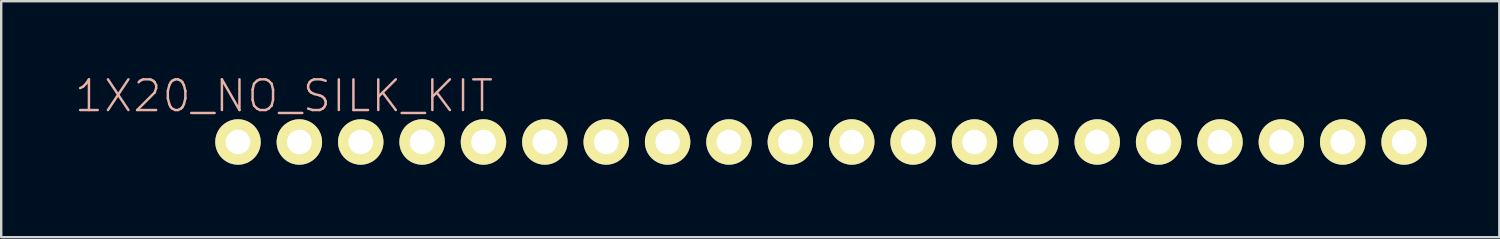
<source format=kicad_pcb>
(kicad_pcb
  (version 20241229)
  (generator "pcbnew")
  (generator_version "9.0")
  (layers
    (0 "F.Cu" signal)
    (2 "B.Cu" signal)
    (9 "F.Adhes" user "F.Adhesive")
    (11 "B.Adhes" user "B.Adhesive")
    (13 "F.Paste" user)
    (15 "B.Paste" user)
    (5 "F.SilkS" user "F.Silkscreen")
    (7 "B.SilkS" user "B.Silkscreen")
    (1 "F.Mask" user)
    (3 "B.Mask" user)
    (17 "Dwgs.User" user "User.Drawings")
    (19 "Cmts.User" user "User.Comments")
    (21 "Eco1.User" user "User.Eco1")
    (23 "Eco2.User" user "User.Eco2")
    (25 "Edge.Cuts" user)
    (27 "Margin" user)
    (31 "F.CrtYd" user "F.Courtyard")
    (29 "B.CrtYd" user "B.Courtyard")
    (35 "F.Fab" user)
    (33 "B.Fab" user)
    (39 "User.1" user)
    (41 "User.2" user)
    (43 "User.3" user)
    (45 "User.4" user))
  (footprint "1X20_NO_SILK_KIT"
    (layer "F.Cu")
    (at 6.799 2.826)
    (property "Reference" "1X20_NO_SILK_KIT" (at 1.905 -1.905 0) (layer "B.SilkS") (effects (font (size 1.27 1.27) (thickness 0.102))))
    (attr exclude_from_pos_files exclude_from_bom)
    (fp_circle (center 0 0) (end -0.47 0.47) (stroke (width 0) (type solid)) (fill yes) (layer "F.SilkS"))
    (fp_circle (center 0 0) (end -0.254 0.254) (stroke (width 0) (type solid)) (fill yes) (layer "F.SilkS"))
    (fp_circle (center 2.54 0) (end 2.794 0.254) (stroke (width 0) (type solid)) (fill yes) (layer "F.SilkS"))
    (fp_circle (center 2.54 0) (end 3.01 0.47) (stroke (width 0) (type solid)) (fill yes) (layer "F.SilkS"))
    (fp_circle (center 5.08 0) (end 5.334 0.254) (stroke (width 0) (type solid)) (fill yes) (layer "F.SilkS"))
    (fp_circle (center 5.08 0) (end 5.55 0.47) (stroke (width 0) (type solid)) (fill yes) (layer "F.SilkS"))
    (fp_circle (center 7.62 0) (end 7.874 0.254) (stroke (width 0) (type solid)) (fill yes) (layer "F.SilkS"))
    (fp_circle (center 7.62 0) (end 8.09 0.47) (stroke (width 0) (type solid)) (fill yes) (layer "F.SilkS"))
    (fp_circle (center 10.16 0) (end 10.414 0.254) (stroke (width 0) (type solid)) (fill yes) (layer "F.SilkS"))
    (fp_circle (center 10.16 0) (end 10.63 0.47) (stroke (width 0) (type solid)) (fill yes) (layer "F.SilkS"))
    (fp_circle (center 12.7 0) (end 12.954 0.254) (stroke (width 0) (type solid)) (fill yes) (layer "F.SilkS"))
    (fp_circle (center 12.7 0) (end 13.17 0.47) (stroke (width 0) (type solid)) (fill yes) (layer "F.SilkS"))
    (fp_circle (center 15.24 0) (end 15.494 0.254) (stroke (width 0) (type solid)) (fill yes) (layer "F.SilkS"))
    (fp_circle (center 15.24 0) (end 15.71 0.47) (stroke (width 0) (type solid)) (fill yes) (layer "F.SilkS"))
    (fp_circle (center 17.78 0) (end 18.034 0.254) (stroke (width 0) (type solid)) (fill yes) (layer "F.SilkS"))
    (fp_circle (center 17.78 0) (end 18.25 0.47) (stroke (width 0) (type solid)) (fill yes) (layer "F.SilkS"))
    (fp_circle (center 20.32 0) (end 20.574 0.254) (stroke (width 0) (type solid)) (fill yes) (layer "F.SilkS"))
    (fp_circle (center 20.32 0) (end 20.79 0.47) (stroke (width 0) (type solid)) (fill yes) (layer "F.SilkS"))
    (fp_circle (center 22.86 0) (end 23.114 0.254) (stroke (width 0) (type solid)) (fill yes) (layer "F.SilkS"))
    (fp_circle (center 22.86 0) (end 23.33 0.47) (stroke (width 0) (type solid)) (fill yes) (layer "F.SilkS"))
    (fp_circle (center 25.4 0) (end 25.654 0.254) (stroke (width 0) (type solid)) (fill yes) (layer "F.SilkS"))
    (fp_circle (center 25.4 0) (end 25.87 0.47) (stroke (width 0) (type solid)) (fill yes) (layer "F.SilkS"))
    (fp_circle (center 27.94 0) (end 28.194 0.254) (stroke (width 0) (type solid)) (fill yes) (layer "F.SilkS"))
    (fp_circle (center 27.94 0) (end 28.41 0.47) (stroke (width 0) (type solid)) (fill yes) (layer "F.SilkS"))
    (fp_circle (center 30.48 0) (end 30.734 0.254) (stroke (width 0) (type solid)) (fill yes) (layer "F.SilkS"))
    (fp_circle (center 30.48 0) (end 30.95 0.47) (stroke (width 0) (type solid)) (fill yes) (layer "F.SilkS"))
    (fp_circle (center 33.02 0) (end 33.274 0.254) (stroke (width 0) (type solid)) (fill yes) (layer "F.SilkS"))
    (fp_circle (center 33.02 0) (end 33.49 0.47) (stroke (width 0) (type solid)) (fill yes) (layer "F.SilkS"))
    (fp_circle (center 35.56 0) (end 35.814 0.254) (stroke (width 0) (type solid)) (fill yes) (layer "F.SilkS"))
    (fp_circle (center 35.56 0) (end 36.03 0.47) (stroke (width 0) (type solid)) (fill yes) (layer "F.SilkS"))
    (fp_circle (center 38.1 0) (end 38.354 0.254) (stroke (width 0) (type solid)) (fill yes) (layer "F.SilkS"))
    (fp_circle (center 38.1 0) (end 38.57 0.47) (stroke (width 0) (type solid)) (fill yes) (layer "F.SilkS"))
    (fp_circle (center 40.64 0) (end 40.894 0.254) (stroke (width 0) (type solid)) (fill yes) (layer "F.SilkS"))
    (fp_circle (center 40.64 0) (end 41.11 0.47) (stroke (width 0) (type solid)) (fill yes) (layer "F.SilkS"))
    (fp_circle (center 43.18 0) (end 43.434 0.254) (stroke (width 0) (type solid)) (fill yes) (layer "F.SilkS"))
    (fp_circle (center 43.18 0) (end 43.65 0.47) (stroke (width 0) (type solid)) (fill yes) (layer "F.SilkS"))
    (fp_circle (center 45.72 0) (end 45.974 0.254) (stroke (width 0) (type solid)) (fill yes) (layer "F.SilkS"))
    (fp_circle (center 45.72 0) (end 46.19 0.47) (stroke (width 0) (type solid)) (fill yes) (layer "F.SilkS"))
    (fp_circle (center 48.26 0) (end 48.514 0.254) (stroke (width 0) (type solid)) (fill yes) (layer "F.SilkS"))
    (fp_circle (center 48.26 0) (end 48.73 0.47) (stroke (width 0) (type solid)) (fill yes) (layer "F.SilkS"))
    (pad "1" thru_hole circle (at 0 0) (size 1.88 1.88) (drill 1.016) (layers "*.Cu" "F.Mask" "F.SilkS" "F.Paste"))
    (pad "2" thru_hole circle (at 2.54 0) (size 1.88 1.88) (drill 1.016) (layers "*.Cu" "F.Mask" "F.SilkS" "F.Paste"))
    (pad "3" thru_hole circle (at 5.08 0) (size 1.88 1.88) (drill 1.016) (layers "*.Cu" "F.Mask" "F.SilkS" "F.Paste"))
    (pad "4" thru_hole circle (at 7.62 0) (size 1.88 1.88) (drill 1.016) (layers "*.Cu" "F.Mask" "F.SilkS" "F.Paste"))
    (pad "5" thru_hole circle (at 10.16 0) (size 1.88 1.88) (drill 1.016) (layers "*.Cu" "F.Mask" "F.SilkS" "F.Paste"))
    (pad "6" thru_hole circle (at 12.7 0) (size 1.88 1.88) (drill 1.016) (layers "*.Cu" "F.Mask" "F.SilkS" "F.Paste"))
    (pad "7" thru_hole circle (at 15.24 0) (size 1.88 1.88) (drill 1.016) (layers "*.Cu" "F.Mask" "F.SilkS" "F.Paste"))
    (pad "8" thru_hole circle (at 17.78 0) (size 1.88 1.88) (drill 1.016) (layers "*.Cu" "F.Mask" "F.SilkS" "F.Paste"))
    (pad "9" thru_hole circle (at 20.32 0) (size 1.88 1.88) (drill 1.016) (layers "*.Cu" "F.Mask" "F.SilkS" "F.Paste"))
    (pad "10" thru_hole circle (at 22.86 0) (size 1.88 1.88) (drill 1.016) (layers "*.Cu" "F.Mask" "F.SilkS" "F.Paste"))
    (pad "11" thru_hole circle (at 25.4 0) (size 1.88 1.88) (drill 1.016) (layers "*.Cu" "F.Mask" "F.SilkS" "F.Paste"))
    (pad "12" thru_hole circle (at 27.94 0) (size 1.88 1.88) (drill 1.016) (layers "*.Cu" "F.Mask" "F.SilkS" "F.Paste"))
    (pad "13" thru_hole circle (at 30.48 0) (size 1.88 1.88) (drill 1.016) (layers "*.Cu" "F.Mask" "F.SilkS" "F.Paste"))
    (pad "14" thru_hole circle (at 33.02 0) (size 1.88 1.88) (drill 1.016) (layers "*.Cu" "F.Mask" "F.SilkS" "F.Paste"))
    (pad "15" thru_hole circle (at 35.56 0) (size 1.88 1.88) (drill 1.016) (layers "*.Cu" "F.Mask" "F.SilkS" "F.Paste"))
    (pad "16" thru_hole circle (at 38.1 0) (size 1.88 1.88) (drill 1.016) (layers "*.Cu" "F.Mask" "F.SilkS" "F.Paste"))
    (pad "17" thru_hole circle (at 40.64 0) (size 1.88 1.88) (drill 1.016) (layers "*.Cu" "F.Mask" "F.SilkS" "F.Paste"))
    (pad "18" thru_hole circle (at 43.18 0) (size 1.88 1.88) (drill 1.016) (layers "*.Cu" "F.Mask" "F.SilkS" "F.Paste"))
    (pad "19" thru_hole circle (at 45.72 0) (size 1.88 1.88) (drill 1.016) (layers "*.Cu" "F.Mask" "F.SilkS" "F.Paste"))
    (pad "20" thru_hole circle (at 48.26 0) (size 1.88 1.88) (drill 1.016) (layers "*.Cu" "F.Mask" "F.SilkS" "F.Paste")))
  (gr_rect
    (start -3 -3)
    (end 58.999 6.766)
    (stroke (width 0.1) (type default))
    (fill no)
    (layer "Edge.Cuts")))
</source>
